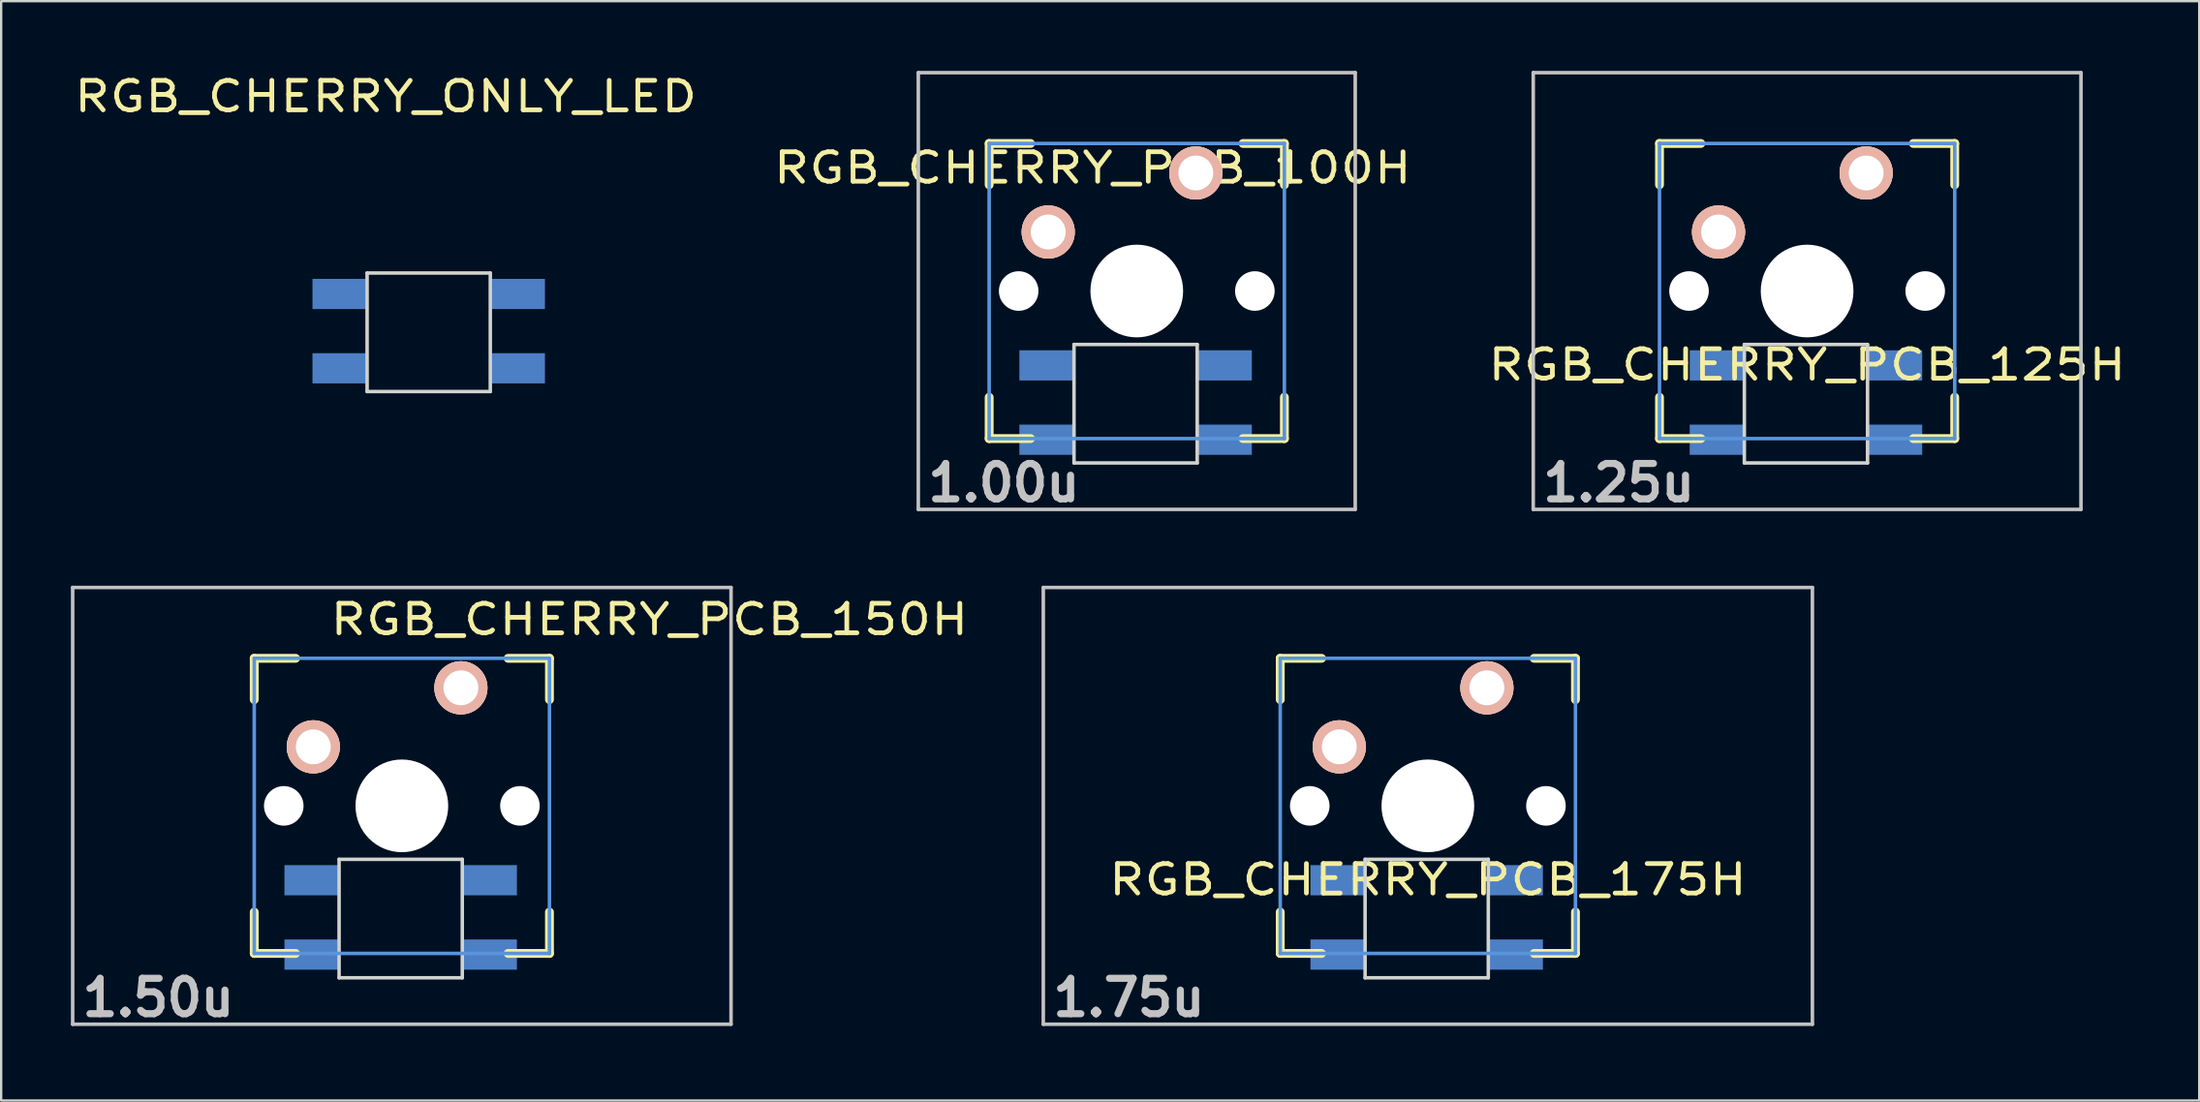
<source format=kicad_pcb>
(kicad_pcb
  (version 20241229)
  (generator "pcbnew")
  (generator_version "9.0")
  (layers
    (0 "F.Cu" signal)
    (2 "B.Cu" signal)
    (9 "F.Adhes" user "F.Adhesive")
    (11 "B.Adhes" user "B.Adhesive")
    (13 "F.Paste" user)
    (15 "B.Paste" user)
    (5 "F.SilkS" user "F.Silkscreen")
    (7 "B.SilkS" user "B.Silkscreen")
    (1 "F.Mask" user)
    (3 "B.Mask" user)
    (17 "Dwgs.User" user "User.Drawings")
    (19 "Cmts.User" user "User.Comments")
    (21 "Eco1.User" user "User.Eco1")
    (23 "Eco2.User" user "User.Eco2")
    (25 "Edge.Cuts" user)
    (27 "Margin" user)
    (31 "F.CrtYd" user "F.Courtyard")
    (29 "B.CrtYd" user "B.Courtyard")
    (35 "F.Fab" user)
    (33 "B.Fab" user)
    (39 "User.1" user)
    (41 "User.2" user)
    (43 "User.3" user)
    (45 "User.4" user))
  (footprint "RGB_CHERRY_ONLY_LED"
    (layer "F.Cu")
    (at 15.442 6.4)
    (property "Reference" "RGB_CHERRY_ONLY_LED" (at -1.9 -5.3 0) (layer "F.SilkS") (effects (font (size 1.27 1.524) (thickness 0.203))))
    (attr through_hole)
    (fp_line (start -2.7 2.3) (end -2.7 7.4) (stroke (width 0.15) (type solid)) (layer "Edge.Cuts"))
    (fp_line (start -2.7 2.3) (end 2.6 2.3) (stroke (width 0.15) (type solid)) (layer "Edge.Cuts"))
    (fp_line (start 2.6 2.3) (end 2.6 7.4) (stroke (width 0.15) (type solid)) (layer "Edge.Cuts"))
    (fp_line (start 2.6 7.4) (end -2.7 7.4) (stroke (width 0.15) (type solid)) (layer "Edge.Cuts"))
    (pad "1" smd rect (at -2.8 3.2) (size 2.3 1.3) (drill (offset -1.1 0)) (layers "B.Cu" "F.Paste"))
    (pad "2" smd rect (at -2.8 6.4) (size 2.3 1.3) (drill (offset -1.1 0)) (layers "B.Cu" "F.Paste"))
    (pad "3" smd rect (at 2.7 6.4) (size 2.3 1.3) (drill (offset 1.1 0)) (layers "B.Cu" "F.Paste"))
    (pad "4" smd rect (at 2.7 3.2) (size 2.3 1.3) (drill (offset 1.1 0)) (layers "B.Cu" "F.Paste")))
  (footprint "RGB_CHERRY_PCB_150H"
    (layer "F.Cu")
    (at 14.237 31.63)
    (property "Reference" "RGB_CHERRY_PCB_150H" (at 10.65 -8.025 0) (layer "F.SilkS") (effects (font (size 1.27 1.524) (thickness 0.203))))
    (attr through_hole)
    (fp_line (start -6.35 -6.35) (end -4.572 -6.35) (stroke (width 0.381) (type solid)) (layer "F.SilkS"))
    (fp_line (start -6.35 -4.572) (end -6.35 -6.35) (stroke (width 0.381) (type solid)) (layer "F.SilkS"))
    (fp_line (start -6.35 6.35) (end -6.35 4.572) (stroke (width 0.381) (type solid)) (layer "F.SilkS"))
    (fp_line (start -4.572 6.35) (end -6.35 6.35) (stroke (width 0.381) (type solid)) (layer "F.SilkS"))
    (fp_line (start 4.572 -6.35) (end 6.35 -6.35) (stroke (width 0.381) (type solid)) (layer "F.SilkS"))
    (fp_line (start 6.35 -6.35) (end 6.35 -4.572) (stroke (width 0.381) (type solid)) (layer "F.SilkS"))
    (fp_line (start 6.35 4.572) (end 6.35 6.35) (stroke (width 0.381) (type solid)) (layer "F.SilkS"))
    (fp_line (start 6.35 6.35) (end 4.572 6.35) (stroke (width 0.381) (type solid)) (layer "F.SilkS"))
    (fp_line (start -14.161 -9.398) (end 14.161 -9.398) (stroke (width 0.152) (type solid)) (layer "Dwgs.User"))
    (fp_line (start -14.161 9.398) (end -14.161 -9.398) (stroke (width 0.152) (type solid)) (layer "Dwgs.User"))
    (fp_line (start 14.161 -9.398) (end 14.161 9.398) (stroke (width 0.152) (type solid)) (layer "Dwgs.User"))
    (fp_line (start 14.161 9.398) (end -14.161 9.398) (stroke (width 0.152) (type solid)) (layer "Dwgs.User"))
    (fp_line (start -6.35 -6.35) (end 6.35 -6.35) (stroke (width 0.152) (type solid)) (layer "Cmts.User"))
    (fp_line (start -6.35 6.35) (end -6.35 -6.35) (stroke (width 0.152) (type solid)) (layer "Cmts.User"))
    (fp_line (start 6.35 -6.35) (end 6.35 6.35) (stroke (width 0.152) (type solid)) (layer "Cmts.User"))
    (fp_line (start 6.35 6.35) (end -6.35 6.35) (stroke (width 0.152) (type solid)) (layer "Cmts.User"))
    (fp_line (start -6.985 -6.985) (end 6.985 -6.985) (stroke (width 0.152) (type solid)) (layer "Eco2.User"))
    (fp_line (start -6.985 6.985) (end -6.985 -6.985) (stroke (width 0.152) (type solid)) (layer "Eco2.User"))
    (fp_line (start 6.985 -6.985) (end 6.985 6.985) (stroke (width 0.152) (type solid)) (layer "Eco2.User"))
    (fp_line (start 6.985 6.985) (end -6.985 6.985) (stroke (width 0.152) (type solid)) (layer "Eco2.User"))
    (fp_line (start -2.7 2.3) (end -2.7 7.4) (stroke (width 0.15) (type solid)) (layer "Edge.Cuts"))
    (fp_line (start -2.7 2.3) (end 2.6 2.3) (stroke (width 0.15) (type solid)) (layer "Edge.Cuts"))
    (fp_line (start 2.6 2.3) (end 2.6 7.4) (stroke (width 0.15) (type solid)) (layer "Edge.Cuts"))
    (fp_line (start 2.6 7.4) (end -2.7 7.4) (stroke (width 0.15) (type solid)) (layer "Edge.Cuts"))
    (fp_text user "1.50u" (at -10.477 8.255 0) (layer "Dwgs.User") (effects (font (size 1.524 1.524) (thickness 0.305))))
    (pad "" np_thru_hole circle (at -5.08 0) (size 1.702 1.702) (drill 1.702) (layers "*.Cu"))
    (pad "" np_thru_hole circle (at 0 0) (size 3.988 3.988) (drill 3.988) (layers "*.Cu"))
    (pad "" np_thru_hole circle (at 5.08 0) (size 1.702 1.702) (drill 1.702) (layers "*.Cu"))
    (pad "1" thru_hole circle (at 2.54 -5.08) (size 2.286 2.286) (drill 1.499) (layers "*.Cu" "*.SilkS" "*.Mask"))
    (pad "2" thru_hole circle (at -3.81 -2.54) (size 2.286 2.286) (drill 1.499) (layers "*.Cu" "*.SilkS" "*.Mask"))
    (pad "3" smd rect (at -2.8 3.2) (size 2.3 1.3) (drill (offset -1.1 0)) (layers "B.Cu" "B.Mask" "B.Paste"))
    (pad "4" smd rect (at -2.8 6.4) (size 2.3 1.3) (drill (offset -1.1 0)) (layers "B.Cu" "B.Mask" "B.Paste"))
    (pad "5" smd rect (at 2.7 6.4) (size 2.3 1.3) (drill (offset 1.1 0)) (layers "B.Cu" "B.Mask" "B.Paste"))
    (pad "6" smd rect (at 2.7 3.2) (size 2.3 1.3) (drill (offset 1.1 0)) (layers "B.Cu" "B.Mask" "B.Paste")))
  (footprint "RGB_CHERRY_PCB_100H"
    (layer "F.Cu")
    (at 45.852 9.474)
    (property "Reference" "RGB_CHERRY_PCB_100H" (at -1.9 -5.3 0) (layer "F.SilkS") (effects (font (size 1.27 1.524) (thickness 0.203))))
    (attr through_hole)
    (fp_line (start -6.35 -6.35) (end -4.572 -6.35) (stroke (width 0.381) (type solid)) (layer "F.SilkS"))
    (fp_line (start -6.35 -4.572) (end -6.35 -6.35) (stroke (width 0.381) (type solid)) (layer "F.SilkS"))
    (fp_line (start -6.35 6.35) (end -6.35 4.572) (stroke (width 0.381) (type solid)) (layer "F.SilkS"))
    (fp_line (start -4.572 6.35) (end -6.35 6.35) (stroke (width 0.381) (type solid)) (layer "F.SilkS"))
    (fp_line (start 4.572 -6.35) (end 6.35 -6.35) (stroke (width 0.381) (type solid)) (layer "F.SilkS"))
    (fp_line (start 6.35 -6.35) (end 6.35 -4.572) (stroke (width 0.381) (type solid)) (layer "F.SilkS"))
    (fp_line (start 6.35 4.572) (end 6.35 6.35) (stroke (width 0.381) (type solid)) (layer "F.SilkS"))
    (fp_line (start 6.35 6.35) (end 4.572 6.35) (stroke (width 0.381) (type solid)) (layer "F.SilkS"))
    (fp_line (start -9.398 -9.398) (end 9.398 -9.398) (stroke (width 0.152) (type solid)) (layer "Dwgs.User"))
    (fp_line (start -9.398 9.398) (end -9.398 -9.398) (stroke (width 0.152) (type solid)) (layer "Dwgs.User"))
    (fp_line (start 9.398 -9.398) (end 9.398 9.398) (stroke (width 0.152) (type solid)) (layer "Dwgs.User"))
    (fp_line (start 9.398 9.398) (end -9.398 9.398) (stroke (width 0.152) (type solid)) (layer "Dwgs.User"))
    (fp_line (start -6.35 -6.35) (end 6.35 -6.35) (stroke (width 0.152) (type solid)) (layer "Cmts.User"))
    (fp_line (start -6.35 6.35) (end -6.35 -6.35) (stroke (width 0.152) (type solid)) (layer "Cmts.User"))
    (fp_line (start 6.35 -6.35) (end 6.35 6.35) (stroke (width 0.152) (type solid)) (layer "Cmts.User"))
    (fp_line (start 6.35 6.35) (end -6.35 6.35) (stroke (width 0.152) (type solid)) (layer "Cmts.User"))
    (fp_line (start -6.985 -6.985) (end 6.985 -6.985) (stroke (width 0.152) (type solid)) (layer "Eco2.User"))
    (fp_line (start -6.985 6.985) (end -6.985 -6.985) (stroke (width 0.152) (type solid)) (layer "Eco2.User"))
    (fp_line (start 6.985 -6.985) (end 6.985 6.985) (stroke (width 0.152) (type solid)) (layer "Eco2.User"))
    (fp_line (start 6.985 6.985) (end -6.985 6.985) (stroke (width 0.152) (type solid)) (layer "Eco2.User"))
    (fp_line (start -2.7 2.3) (end -2.7 7.4) (stroke (width 0.15) (type solid)) (layer "Edge.Cuts"))
    (fp_line (start -2.7 2.3) (end 2.6 2.3) (stroke (width 0.15) (type solid)) (layer "Edge.Cuts"))
    (fp_line (start 2.6 2.3) (end 2.6 7.4) (stroke (width 0.15) (type solid)) (layer "Edge.Cuts"))
    (fp_line (start 2.6 7.4) (end -2.7 7.4) (stroke (width 0.15) (type solid)) (layer "Edge.Cuts"))
    (fp_text user "1.00u" (at -5.715 8.255 0) (layer "Dwgs.User") (effects (font (size 1.524 1.524) (thickness 0.305))))
    (pad "" np_thru_hole circle (at -5.08 0) (size 1.702 1.702) (drill 1.702) (layers "*.Cu"))
    (pad "" np_thru_hole circle (at 0 0) (size 3.988 3.988) (drill 3.988) (layers "*.Cu"))
    (pad "" np_thru_hole circle (at 5.08 0) (size 1.702 1.702) (drill 1.702) (layers "*.Cu"))
    (pad "1" thru_hole circle (at 2.54 -5.08) (size 2.286 2.286) (drill 1.499) (layers "*.Cu" "*.SilkS" "*.Mask"))
    (pad "2" thru_hole circle (at -3.81 -2.54) (size 2.286 2.286) (drill 1.499) (layers "*.Cu" "*.SilkS" "*.Mask"))
    (pad "3" smd rect (at -2.8 3.2) (size 2.3 1.3) (drill (offset -1.1 0)) (layers "B.Cu" "B.Mask" "B.Paste"))
    (pad "4" smd rect (at -2.8 6.4) (size 2.3 1.3) (drill (offset -1.1 0)) (layers "B.Cu" "B.Mask" "B.Paste"))
    (pad "5" smd rect (at 2.7 6.4) (size 2.3 1.3) (drill (offset 1.1 0)) (layers "B.Cu" "B.Mask" "B.Paste"))
    (pad "6" smd rect (at 2.7 3.2) (size 2.3 1.3) (drill (offset 1.1 0)) (layers "B.Cu" "B.Mask" "B.Paste")))
  (footprint "RGB_CHERRY_PCB_175H"
    (layer "F.Cu")
    (at 58.374 31.63)
    (property "Reference" "RGB_CHERRY_PCB_175H" (at 0 3.175 0) (layer "F.SilkS") (effects (font (size 1.27 1.524) (thickness 0.203))))
    (attr through_hole)
    (fp_line (start -6.35 -6.35) (end -4.572 -6.35) (stroke (width 0.381) (type solid)) (layer "F.SilkS"))
    (fp_line (start -6.35 -4.572) (end -6.35 -6.35) (stroke (width 0.381) (type solid)) (layer "F.SilkS"))
    (fp_line (start -6.35 6.35) (end -6.35 4.572) (stroke (width 0.381) (type solid)) (layer "F.SilkS"))
    (fp_line (start -4.572 6.35) (end -6.35 6.35) (stroke (width 0.381) (type solid)) (layer "F.SilkS"))
    (fp_line (start 4.572 -6.35) (end 6.35 -6.35) (stroke (width 0.381) (type solid)) (layer "F.SilkS"))
    (fp_line (start 6.35 -6.35) (end 6.35 -4.572) (stroke (width 0.381) (type solid)) (layer "F.SilkS"))
    (fp_line (start 6.35 4.572) (end 6.35 6.35) (stroke (width 0.381) (type solid)) (layer "F.SilkS"))
    (fp_line (start 6.35 6.35) (end 4.572 6.35) (stroke (width 0.381) (type solid)) (layer "F.SilkS"))
    (fp_line (start -16.543 -9.398) (end 16.543 -9.398) (stroke (width 0.152) (type solid)) (layer "Dwgs.User"))
    (fp_line (start -16.543 9.398) (end -16.543 -9.398) (stroke (width 0.152) (type solid)) (layer "Dwgs.User"))
    (fp_line (start 16.543 -9.398) (end 16.543 9.398) (stroke (width 0.152) (type solid)) (layer "Dwgs.User"))
    (fp_line (start 16.543 9.398) (end -16.543 9.398) (stroke (width 0.152) (type solid)) (layer "Dwgs.User"))
    (fp_line (start -6.35 -6.35) (end 6.35 -6.35) (stroke (width 0.152) (type solid)) (layer "Cmts.User"))
    (fp_line (start -6.35 6.35) (end -6.35 -6.35) (stroke (width 0.152) (type solid)) (layer "Cmts.User"))
    (fp_line (start 6.35 -6.35) (end 6.35 6.35) (stroke (width 0.152) (type solid)) (layer "Cmts.User"))
    (fp_line (start 6.35 6.35) (end -6.35 6.35) (stroke (width 0.152) (type solid)) (layer "Cmts.User"))
    (fp_line (start -6.985 -6.985) (end 6.985 -6.985) (stroke (width 0.152) (type solid)) (layer "Eco2.User"))
    (fp_line (start -6.985 6.985) (end -6.985 -6.985) (stroke (width 0.152) (type solid)) (layer "Eco2.User"))
    (fp_line (start 6.985 -6.985) (end 6.985 6.985) (stroke (width 0.152) (type solid)) (layer "Eco2.User"))
    (fp_line (start 6.985 6.985) (end -6.985 6.985) (stroke (width 0.152) (type solid)) (layer "Eco2.User"))
    (fp_line (start -2.7 2.3) (end -2.7 7.4) (stroke (width 0.15) (type solid)) (layer "Edge.Cuts"))
    (fp_line (start -2.7 2.3) (end 2.6 2.3) (stroke (width 0.15) (type solid)) (layer "Edge.Cuts"))
    (fp_line (start 2.6 2.3) (end 2.6 7.4) (stroke (width 0.15) (type solid)) (layer "Edge.Cuts"))
    (fp_line (start 2.6 7.4) (end -2.7 7.4) (stroke (width 0.15) (type solid)) (layer "Edge.Cuts"))
    (fp_text user "1.75u" (at -12.86 8.255 0) (layer "Dwgs.User") (effects (font (size 1.524 1.524) (thickness 0.305))))
    (pad "" np_thru_hole circle (at -5.08 0) (size 1.702 1.702) (drill 1.702) (layers "*.Cu"))
    (pad "" np_thru_hole circle (at 0 0) (size 3.988 3.988) (drill 3.988) (layers "*.Cu"))
    (pad "" np_thru_hole circle (at 5.08 0) (size 1.702 1.702) (drill 1.702) (layers "*.Cu"))
    (pad "1" thru_hole circle (at 2.54 -5.08) (size 2.286 2.286) (drill 1.499) (layers "*.Cu" "*.SilkS" "*.Mask"))
    (pad "2" thru_hole circle (at -3.81 -2.54) (size 2.286 2.286) (drill 1.499) (layers "*.Cu" "*.SilkS" "*.Mask"))
    (pad "3" smd rect (at -2.8 3.2) (size 2.3 1.3) (drill (offset -1.1 0)) (layers "B.Cu" "B.Mask" "B.Paste"))
    (pad "4" smd rect (at -2.8 6.4) (size 2.3 1.3) (drill (offset -1.1 0)) (layers "B.Cu" "B.Mask" "B.Paste"))
    (pad "5" smd rect (at 2.7 6.4) (size 2.3 1.3) (drill (offset 1.1 0)) (layers "B.Cu" "B.Mask" "B.Paste"))
    (pad "6" smd rect (at 2.7 3.2) (size 2.3 1.3) (drill (offset 1.1 0)) (layers "B.Cu" "B.Mask" "B.Paste")))
  (footprint "RGB_CHERRY_PCB_125H"
    (layer "F.Cu")
    (at 74.689 9.474)
    (property "Reference" "RGB_CHERRY_PCB_125H" (at 0 3.175 0) (layer "F.SilkS") (effects (font (size 1.27 1.524) (thickness 0.203))))
    (attr through_hole)
    (fp_line (start -6.35 -6.35) (end -4.572 -6.35) (stroke (width 0.381) (type solid)) (layer "F.SilkS"))
    (fp_line (start -6.35 -4.572) (end -6.35 -6.35) (stroke (width 0.381) (type solid)) (layer "F.SilkS"))
    (fp_line (start -6.35 6.35) (end -6.35 4.572) (stroke (width 0.381) (type solid)) (layer "F.SilkS"))
    (fp_line (start -4.572 6.35) (end -6.35 6.35) (stroke (width 0.381) (type solid)) (layer "F.SilkS"))
    (fp_line (start 4.572 -6.35) (end 6.35 -6.35) (stroke (width 0.381) (type solid)) (layer "F.SilkS"))
    (fp_line (start 6.35 -6.35) (end 6.35 -4.572) (stroke (width 0.381) (type solid)) (layer "F.SilkS"))
    (fp_line (start 6.35 4.572) (end 6.35 6.35) (stroke (width 0.381) (type solid)) (layer "F.SilkS"))
    (fp_line (start 6.35 6.35) (end 4.572 6.35) (stroke (width 0.381) (type solid)) (layer "F.SilkS"))
    (fp_line (start -11.781 -9.398) (end 11.781 -9.398) (stroke (width 0.152) (type solid)) (layer "Dwgs.User"))
    (fp_line (start -11.781 9.398) (end -11.781 -9.398) (stroke (width 0.152) (type solid)) (layer "Dwgs.User"))
    (fp_line (start 11.781 -9.398) (end 11.781 9.398) (stroke (width 0.152) (type solid)) (layer "Dwgs.User"))
    (fp_line (start 11.781 9.398) (end -11.781 9.398) (stroke (width 0.152) (type solid)) (layer "Dwgs.User"))
    (fp_line (start -6.35 -6.35) (end 6.35 -6.35) (stroke (width 0.152) (type solid)) (layer "Cmts.User"))
    (fp_line (start -6.35 6.35) (end -6.35 -6.35) (stroke (width 0.152) (type solid)) (layer "Cmts.User"))
    (fp_line (start 6.35 -6.35) (end 6.35 6.35) (stroke (width 0.152) (type solid)) (layer "Cmts.User"))
    (fp_line (start 6.35 6.35) (end -6.35 6.35) (stroke (width 0.152) (type solid)) (layer "Cmts.User"))
    (fp_line (start -6.985 -6.985) (end 6.985 -6.985) (stroke (width 0.152) (type solid)) (layer "Eco2.User"))
    (fp_line (start -6.985 6.985) (end -6.985 -6.985) (stroke (width 0.152) (type solid)) (layer "Eco2.User"))
    (fp_line (start 6.985 -6.985) (end 6.985 6.985) (stroke (width 0.152) (type solid)) (layer "Eco2.User"))
    (fp_line (start 6.985 6.985) (end -6.985 6.985) (stroke (width 0.152) (type solid)) (layer "Eco2.User"))
    (fp_line (start -2.7 2.3) (end -2.7 7.4) (stroke (width 0.15) (type solid)) (layer "Edge.Cuts"))
    (fp_line (start -2.7 2.3) (end 2.6 2.3) (stroke (width 0.15) (type solid)) (layer "Edge.Cuts"))
    (fp_line (start 2.6 2.3) (end 2.6 7.4) (stroke (width 0.15) (type solid)) (layer "Edge.Cuts"))
    (fp_line (start 2.6 7.4) (end -2.7 7.4) (stroke (width 0.15) (type solid)) (layer "Edge.Cuts"))
    (fp_text user "1.25u" (at -8.098 8.255 0) (layer "Dwgs.User") (effects (font (size 1.524 1.524) (thickness 0.305))))
    (pad "" np_thru_hole circle (at -5.08 0) (size 1.702 1.702) (drill 1.702) (layers "*.Cu"))
    (pad "" np_thru_hole circle (at 0 0) (size 3.988 3.988) (drill 3.988) (layers "*.Cu"))
    (pad "" np_thru_hole circle (at 5.08 0) (size 1.702 1.702) (drill 1.702) (layers "*.Cu"))
    (pad "1" thru_hole circle (at 2.54 -5.08) (size 2.286 2.286) (drill 1.499) (layers "*.Cu" "*.SilkS" "*.Mask"))
    (pad "2" thru_hole circle (at -3.81 -2.54) (size 2.286 2.286) (drill 1.499) (layers "*.Cu" "*.SilkS" "*.Mask"))
    (pad "3" smd rect (at -2.8 3.2) (size 2.3 1.3) (drill (offset -1.1 0)) (layers "B.Cu" "B.Mask" "B.Paste"))
    (pad "4" smd rect (at -2.8 6.4) (size 2.3 1.3) (drill (offset -1.1 0)) (layers "B.Cu" "B.Mask" "B.Paste"))
    (pad "5" smd rect (at 2.7 6.4) (size 2.3 1.3) (drill (offset 1.1 0)) (layers "B.Cu" "B.Mask" "B.Paste"))
    (pad "6" smd rect (at 2.7 3.2) (size 2.3 1.3) (drill (offset 1.1 0)) (layers "B.Cu" "B.Mask" "B.Paste")))
  (gr_rect
    (start -3 -3)
    (end 91.557 44.311)
    (stroke (width 0.1) (type default))
    (fill no)
    (layer "Edge.Cuts")))
</source>
